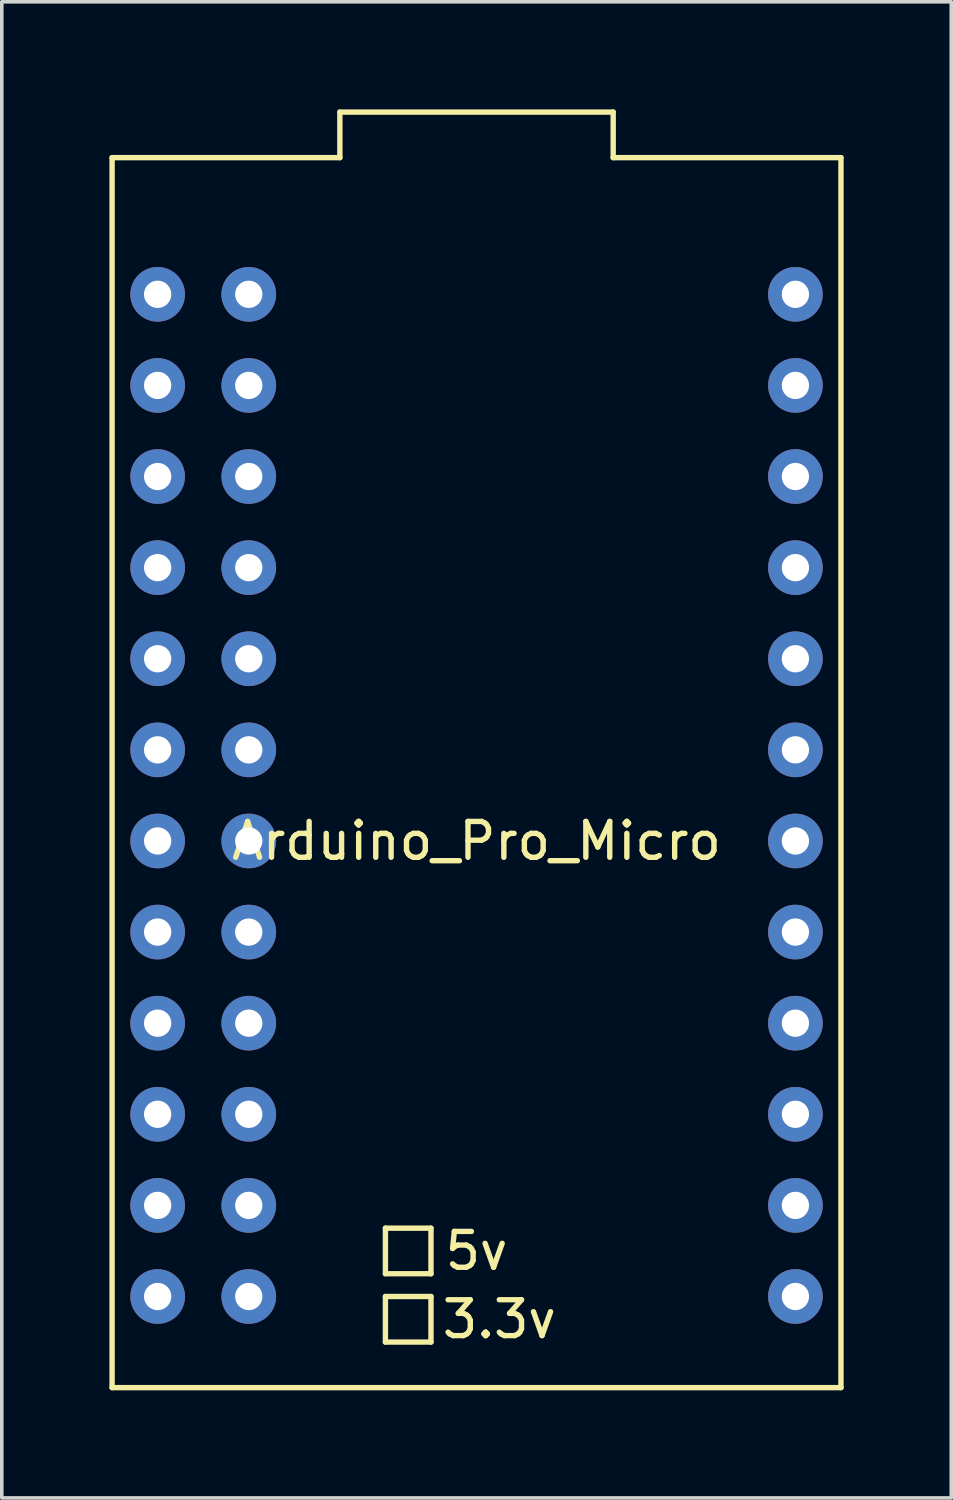
<source format=kicad_pcb>
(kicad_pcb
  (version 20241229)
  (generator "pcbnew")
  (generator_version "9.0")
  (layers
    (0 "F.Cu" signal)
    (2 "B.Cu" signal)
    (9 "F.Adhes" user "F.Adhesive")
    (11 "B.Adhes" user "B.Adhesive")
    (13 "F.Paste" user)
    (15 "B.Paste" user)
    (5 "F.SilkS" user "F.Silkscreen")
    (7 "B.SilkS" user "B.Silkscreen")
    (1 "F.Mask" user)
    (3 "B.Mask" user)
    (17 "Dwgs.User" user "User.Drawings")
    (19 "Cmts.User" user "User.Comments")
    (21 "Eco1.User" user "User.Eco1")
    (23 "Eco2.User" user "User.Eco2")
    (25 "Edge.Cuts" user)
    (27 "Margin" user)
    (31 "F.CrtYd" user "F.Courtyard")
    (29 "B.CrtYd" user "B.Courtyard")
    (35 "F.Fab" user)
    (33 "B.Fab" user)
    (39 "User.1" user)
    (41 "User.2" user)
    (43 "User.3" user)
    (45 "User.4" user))
  (footprint "Arduino_Pro_Micro"
    (layer "F.Cu")
    (at 10.235 19.125)
    (property "Reference" "Arduino_Pro_Micro" (at 0 1.27 0) (layer "F.SilkS") (effects (font (size 1 1) (thickness 0.15))))
    (attr through_hole)
    (fp_line (start -10.16 -17.78) (end -10.16 16.51) (stroke (width 0.15) (type solid)) (layer "F.SilkS"))
    (fp_line (start -10.16 -17.78) (end -3.81 -17.78) (stroke (width 0.15) (type solid)) (layer "F.SilkS"))
    (fp_line (start -10.16 16.51) (end 10.16 16.51) (stroke (width 0.15) (type solid)) (layer "F.SilkS"))
    (fp_line (start -3.81 -19.05) (end 3.81 -19.05) (stroke (width 0.15) (type solid)) (layer "F.SilkS"))
    (fp_line (start -3.81 -17.78) (end -3.81 -19.05) (stroke (width 0.15) (type solid)) (layer "F.SilkS"))
    (fp_line (start -2.54 12.065) (end -2.54 13.335) (stroke (width 0.15) (type solid)) (layer "F.SilkS"))
    (fp_line (start -2.54 13.335) (end -1.27 13.335) (stroke (width 0.15) (type solid)) (layer "F.SilkS"))
    (fp_line (start -2.54 13.97) (end -2.54 15.24) (stroke (width 0.15) (type solid)) (layer "F.SilkS"))
    (fp_line (start -2.54 15.24) (end -1.27 15.24) (stroke (width 0.15) (type solid)) (layer "F.SilkS"))
    (fp_line (start -1.27 12.065) (end -2.54 12.065) (stroke (width 0.15) (type solid)) (layer "F.SilkS"))
    (fp_line (start -1.27 13.335) (end -1.27 12.065) (stroke (width 0.15) (type solid)) (layer "F.SilkS"))
    (fp_line (start -1.27 13.97) (end -2.54 13.97) (stroke (width 0.15) (type solid)) (layer "F.SilkS"))
    (fp_line (start -1.27 15.24) (end -1.27 13.97) (stroke (width 0.15) (type solid)) (layer "F.SilkS"))
    (fp_line (start 3.81 -19.05) (end 3.81 -17.78) (stroke (width 0.15) (type solid)) (layer "F.SilkS"))
    (fp_line (start 3.81 -17.78) (end 10.16 -17.78) (stroke (width 0.15) (type solid)) (layer "F.SilkS"))
    (fp_line (start 10.16 16.51) (end 10.16 -17.78) (stroke (width 0.15) (type solid)) (layer "F.SilkS"))
    (fp_text user "3.3v" (at 0.635 14.605 0) (layer "F.SilkS") (effects (font (size 1 1) (thickness 0.15))))
    (fp_text user "5v" (at 0 12.7 0) (layer "F.SilkS") (effects (font (size 1 1) (thickness 0.15))))
    (pad "1" thru_hole circle (at -8.89 -13.97) (size 1.524 1.524) (drill 0.762) (layers "*.Cu" "*.Mask"))
    (pad "1" thru_hole circle (at -6.35 -13.97) (size 1.524 1.524) (drill 0.762) (layers "*.Cu" "*.Mask"))
    (pad "2" thru_hole circle (at -8.89 -11.43) (size 1.524 1.524) (drill 0.762) (layers "*.Cu" "*.Mask"))
    (pad "2" thru_hole circle (at -6.35 -11.43) (size 1.524 1.524) (drill 0.762) (layers "*.Cu" "*.Mask"))
    (pad "3" thru_hole circle (at -8.89 -8.89) (size 1.524 1.524) (drill 0.762) (layers "*.Cu" "*.Mask"))
    (pad "3" thru_hole circle (at -6.35 -8.89) (size 1.524 1.524) (drill 0.762) (layers "*.Cu" "*.Mask"))
    (pad "4" thru_hole circle (at -8.89 -6.35) (size 1.524 1.524) (drill 0.762) (layers "*.Cu" "*.Mask"))
    (pad "4" thru_hole circle (at -6.35 -6.35) (size 1.524 1.524) (drill 0.762) (layers "*.Cu" "*.Mask"))
    (pad "5" thru_hole circle (at -8.89 -3.81) (size 1.524 1.524) (drill 0.762) (layers "*.Cu" "*.Mask"))
    (pad "5" thru_hole circle (at -6.35 -3.81) (size 1.524 1.524) (drill 0.762) (layers "*.Cu" "*.Mask"))
    (pad "6" thru_hole circle (at -8.89 -1.27) (size 1.524 1.524) (drill 0.762) (layers "*.Cu" "*.Mask"))
    (pad "6" thru_hole circle (at -6.35 -1.27) (size 1.524 1.524) (drill 0.762) (layers "*.Cu" "*.Mask"))
    (pad "7" thru_hole circle (at -8.89 1.27) (size 1.524 1.524) (drill 0.762) (layers "*.Cu" "*.Mask"))
    (pad "7" thru_hole circle (at -6.35 1.27) (size 1.524 1.524) (drill 0.762) (layers "*.Cu" "*.Mask"))
    (pad "8" thru_hole circle (at -8.89 3.81) (size 1.524 1.524) (drill 0.762) (layers "*.Cu" "*.Mask"))
    (pad "8" thru_hole circle (at -6.35 3.81) (size 1.524 1.524) (drill 0.762) (layers "*.Cu" "*.Mask"))
    (pad "9" thru_hole circle (at -8.89 6.35) (size 1.524 1.524) (drill 0.762) (layers "*.Cu" "*.Mask"))
    (pad "9" thru_hole circle (at -6.35 6.35) (size 1.524 1.524) (drill 0.762) (layers "*.Cu" "*.Mask"))
    (pad "10" thru_hole circle (at -8.89 8.89) (size 1.524 1.524) (drill 0.762) (layers "*.Cu" "*.Mask"))
    (pad "10" thru_hole circle (at -6.35 8.89) (size 1.524 1.524) (drill 0.762) (layers "*.Cu" "*.Mask"))
    (pad "11" thru_hole circle (at -8.89 11.43) (size 1.524 1.524) (drill 0.762) (layers "*.Cu" "*.Mask"))
    (pad "11" thru_hole circle (at -6.35 11.43) (size 1.524 1.524) (drill 0.762) (layers "*.Cu" "*.Mask"))
    (pad "12" thru_hole circle (at -8.89 13.97) (size 1.524 1.524) (drill 0.762) (layers "*.Cu" "*.Mask"))
    (pad "12" thru_hole circle (at -6.35 13.97) (size 1.524 1.524) (drill 0.762) (layers "*.Cu" "*.Mask"))
    (pad "13" thru_hole circle (at 8.89 13.97) (size 1.524 1.524) (drill 0.762) (layers "*.Cu" "*.Mask"))
    (pad "14" thru_hole circle (at 8.89 11.43) (size 1.524 1.524) (drill 0.762) (layers "*.Cu" "*.Mask"))
    (pad "15" thru_hole circle (at 8.89 8.89) (size 1.524 1.524) (drill 0.762) (layers "*.Cu" "*.Mask"))
    (pad "16" thru_hole circle (at 8.89 6.35) (size 1.524 1.524) (drill 0.762) (layers "*.Cu" "*.Mask"))
    (pad "17" thru_hole circle (at 8.89 3.81) (size 1.524 1.524) (drill 0.762) (layers "*.Cu" "*.Mask"))
    (pad "18" thru_hole circle (at 8.89 1.27) (size 1.524 1.524) (drill 0.762) (layers "*.Cu" "*.Mask"))
    (pad "19" thru_hole circle (at 8.89 -1.27) (size 1.524 1.524) (drill 0.762) (layers "*.Cu" "*.Mask"))
    (pad "20" thru_hole circle (at 8.89 -3.81) (size 1.524 1.524) (drill 0.762) (layers "*.Cu" "*.Mask"))
    (pad "21" thru_hole circle (at 8.89 -6.35) (size 1.524 1.524) (drill 0.762) (layers "*.Cu" "*.Mask"))
    (pad "22" thru_hole circle (at 8.89 -8.89) (size 1.524 1.524) (drill 0.762) (layers "*.Cu" "*.Mask"))
    (pad "23" thru_hole circle (at 8.89 -11.43) (size 1.524 1.524) (drill 0.762) (layers "*.Cu" "*.Mask"))
    (pad "24" thru_hole circle (at 8.89 -13.97) (size 1.524 1.524) (drill 0.762) (layers "*.Cu" "*.Mask")))
  (gr_rect
    (start -3 -3)
    (end 23.47 38.71)
    (stroke (width 0.1) (type default))
    (fill no)
    (layer "Edge.Cuts")))
</source>
